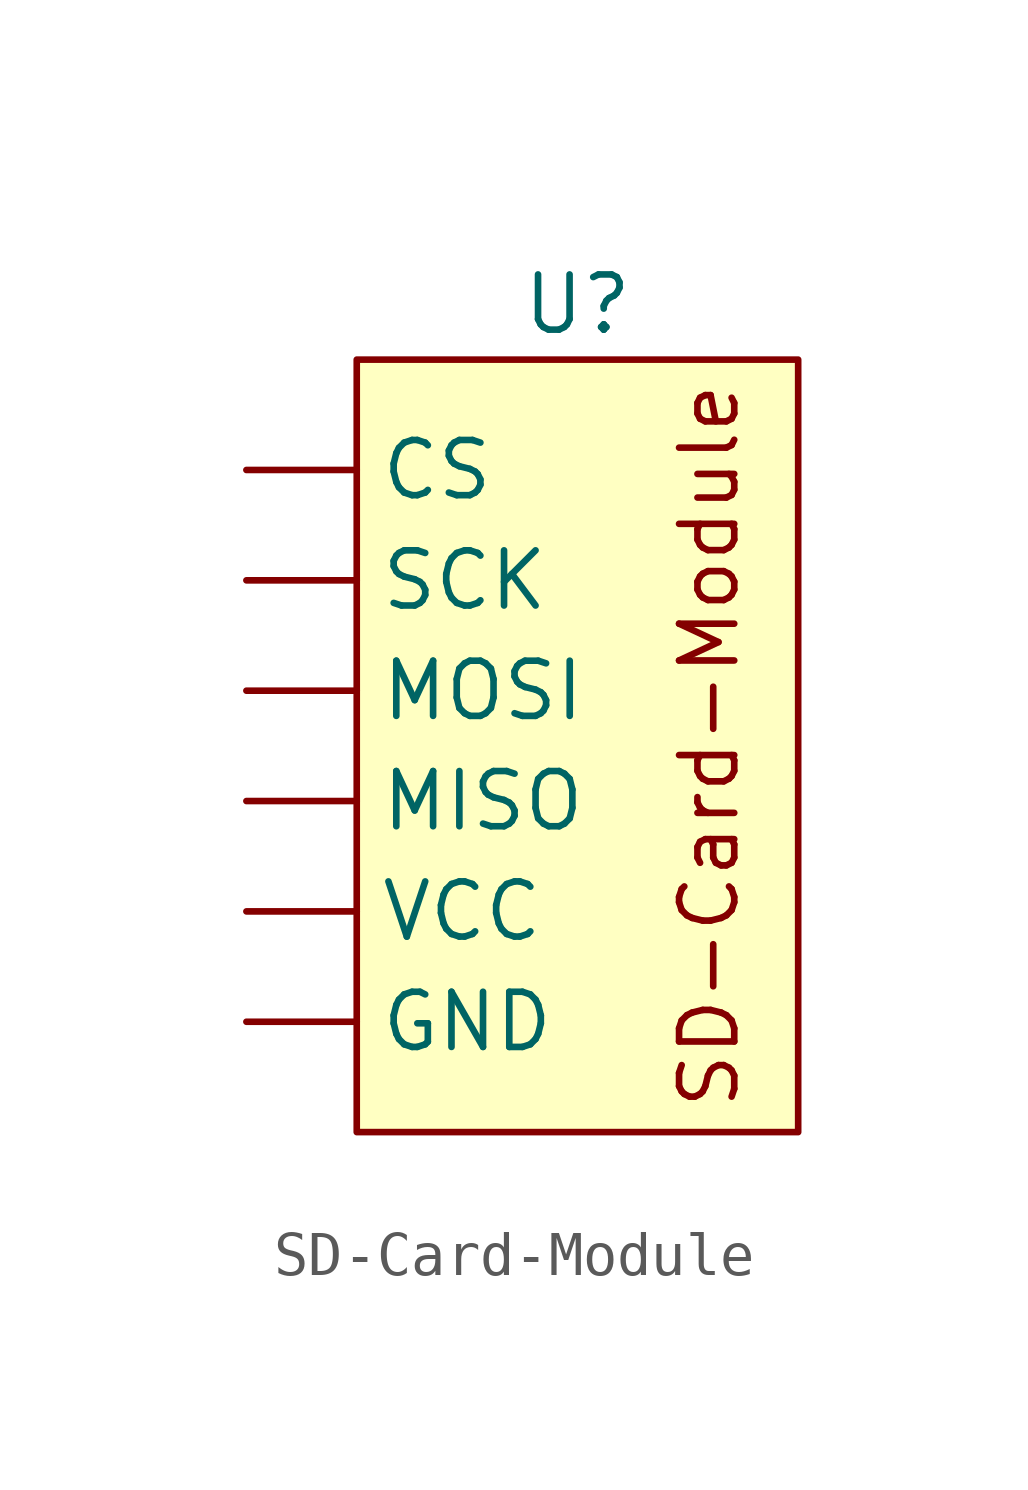
<source format=kicad_sym>
(kicad_symbol_lib
  (version 20220914)
  (generator kicad_symbol_editor)
  (symbol "SD-Card-Module"
    (property "Reference" "U"
      (at 0 10.16 0)
      (effects (font (size 1.27 1.27))))
    (property "Value" ""
      (at 0 7.62 0)
      (effects (font (size 1.27 1.27))))
    (symbol "SD-Card-Module_1_0"
      (text_box "SD-Card-Module" (at 1.27 8.89 90) (size 3.81 -17.78) (stroke (width -0.0001) (type default)) (fill (type color) (color 0 0 0 0)) (effects (font (size 1.27 1.27)) (justify top))))
    (symbol "SD-Card-Module_1_1"
      (rectangle (start -5.08 8.89) (end 5.08 -8.89) (stroke (width 0) (type default)) (fill (type background)))
      (pin bidirectional line (at -7.62 6.35 0) (length 2.54) (name "CS" (effects (font (size 1.27 1.27)))) (number "" (effects (font (size 1.27 1.27)))))
      (pin bidirectional line (at -7.62 -6.35 0) (length 2.54) (name "GND" (effects (font (size 1.27 1.27)))) (number "" (effects (font (size 1.27 1.27)))))
      (pin bidirectional line (at -7.62 -1.27 0) (length 2.54) (name "MISO" (effects (font (size 1.27 1.27)))) (number "" (effects (font (size 1.27 1.27)))))
      (pin bidirectional line (at -7.62 1.27 0) (length 2.54) (name "MOSI" (effects (font (size 1.27 1.27)))) (number "" (effects (font (size 1.27 1.27)))))
      (pin bidirectional line (at -7.62 3.81 0) (length 2.54) (name "SCK" (effects (font (size 1.27 1.27)))) (number "" (effects (font (size 1.27 1.27)))))
      (pin bidirectional line (at -7.62 -3.81 0) (length 2.54) (name "VCC" (effects (font (size 1.27 1.27)))) (number "" (effects (font (size 1.27 1.27))))))))
</source>
